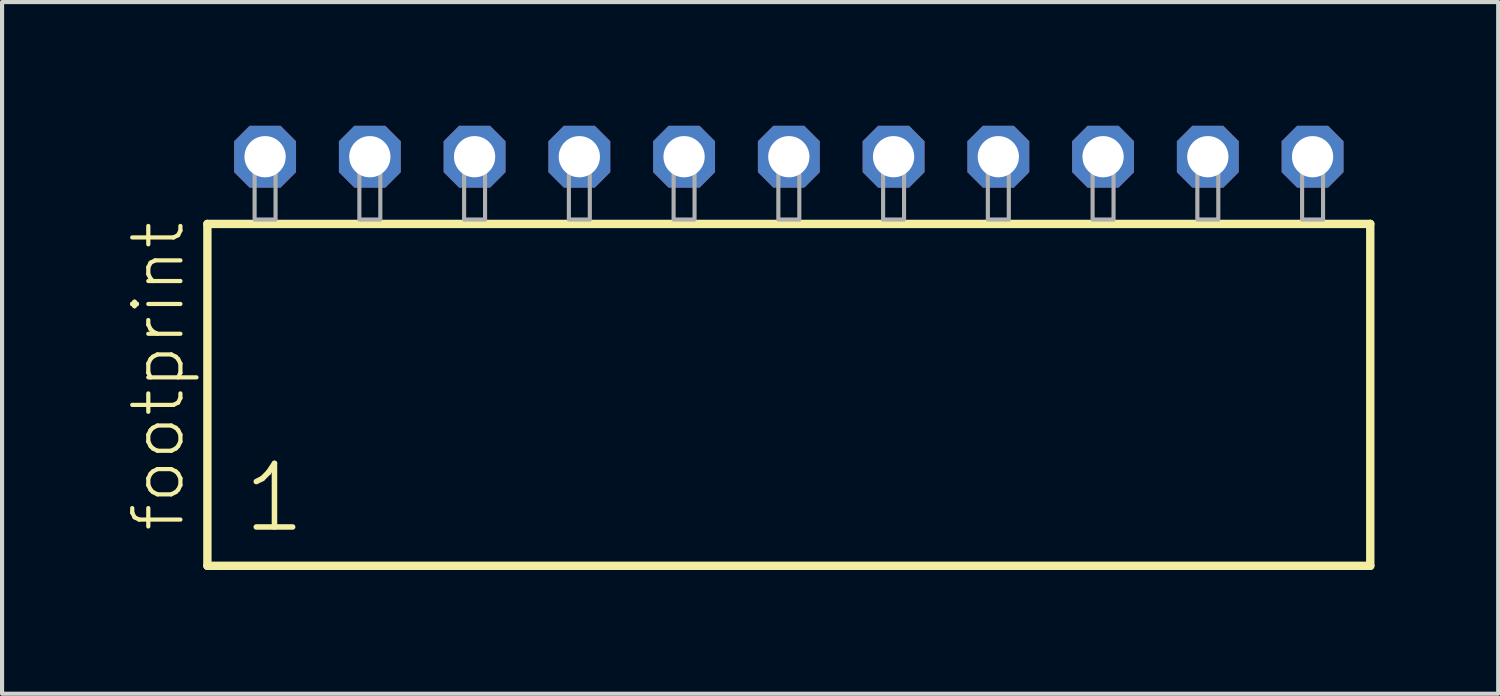
<source format=kicad_pcb>
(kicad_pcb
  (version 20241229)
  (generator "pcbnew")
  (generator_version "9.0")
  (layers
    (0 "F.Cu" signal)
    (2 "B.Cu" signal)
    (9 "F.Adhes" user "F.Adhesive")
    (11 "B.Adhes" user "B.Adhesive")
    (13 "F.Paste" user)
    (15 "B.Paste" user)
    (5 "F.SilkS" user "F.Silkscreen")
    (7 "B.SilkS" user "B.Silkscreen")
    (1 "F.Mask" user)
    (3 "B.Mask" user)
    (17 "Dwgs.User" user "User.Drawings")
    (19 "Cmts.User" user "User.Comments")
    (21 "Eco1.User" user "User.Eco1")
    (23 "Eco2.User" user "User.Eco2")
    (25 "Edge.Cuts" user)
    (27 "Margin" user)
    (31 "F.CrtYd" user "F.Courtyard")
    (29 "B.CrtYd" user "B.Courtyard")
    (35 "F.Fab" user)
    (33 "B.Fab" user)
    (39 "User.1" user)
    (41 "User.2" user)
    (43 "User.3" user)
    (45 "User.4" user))
  (footprint "footprint"
    (layer "F.Cu")
    (at 16.078 2.274)
    (property "Reference" "footprint" (at -14.605 7.62 90) (layer "F.SilkS") (effects (font (size 1.168 1.168) (thickness 0.102)) (justify left bottom)))
    (fp_line (start -14.099 0.106) (end -14.099 8.396) (stroke (width 0.203) (type solid)) (layer "F.SilkS"))
    (fp_line (start -14.099 8.396) (end 14.099 8.396) (stroke (width 0.203) (type solid)) (layer "F.SilkS"))
    (fp_line (start 14.099 0.106) (end -14.099 0.106) (stroke (width 0.203) (type solid)) (layer "F.SilkS"))
    (fp_line (start 14.099 8.396) (end 14.099 0.106) (stroke (width 0.203) (type solid)) (layer "F.SilkS"))
    (fp_poly (pts (xy -12.954 0) (xy -12.446 0) (xy -12.446 -1.778) (xy -12.954 -1.778)) (stroke (width 0.1) (type solid)) (fill no) (layer "F.Fab"))
    (fp_poly (pts (xy -10.414 0) (xy -9.906 0) (xy -9.906 -1.778) (xy -10.414 -1.778)) (stroke (width 0.1) (type solid)) (fill no) (layer "F.Fab"))
    (fp_poly (pts (xy -7.874 0) (xy -7.366 0) (xy -7.366 -1.778) (xy -7.874 -1.778)) (stroke (width 0.1) (type solid)) (fill no) (layer "F.Fab"))
    (fp_poly (pts (xy -5.334 0) (xy -4.826 0) (xy -4.826 -1.778) (xy -5.334 -1.778)) (stroke (width 0.1) (type solid)) (fill no) (layer "F.Fab"))
    (fp_poly (pts (xy -2.794 0) (xy -2.286 0) (xy -2.286 -1.778) (xy -2.794 -1.778)) (stroke (width 0.1) (type solid)) (fill no) (layer "F.Fab"))
    (fp_poly (pts (xy -0.254 0) (xy 0.254 0) (xy 0.254 -1.778) (xy -0.254 -1.778)) (stroke (width 0.1) (type solid)) (fill no) (layer "F.Fab"))
    (fp_poly (pts (xy 2.286 0) (xy 2.794 0) (xy 2.794 -1.778) (xy 2.286 -1.778)) (stroke (width 0.1) (type solid)) (fill no) (layer "F.Fab"))
    (fp_poly (pts (xy 4.826 0) (xy 5.334 0) (xy 5.334 -1.778) (xy 4.826 -1.778)) (stroke (width 0.1) (type solid)) (fill no) (layer "F.Fab"))
    (fp_poly (pts (xy 7.366 0) (xy 7.874 0) (xy 7.874 -1.778) (xy 7.366 -1.778)) (stroke (width 0.1) (type solid)) (fill no) (layer "F.Fab"))
    (fp_poly (pts (xy 9.906 0) (xy 10.414 0) (xy 10.414 -1.778) (xy 9.906 -1.778)) (stroke (width 0.1) (type solid)) (fill no) (layer "F.Fab"))
    (fp_poly (pts (xy 12.446 0) (xy 12.954 0) (xy 12.954 -1.778) (xy 12.446 -1.778)) (stroke (width 0.1) (type solid)) (fill no) (layer "F.Fab"))
    (fp_text user "1" (at -13.295 7.65 0) (layer "F.SilkS") (effects (font (size 1.542 1.542) (thickness 0.134)) (justify left bottom)))
    (pad "1" thru_hole roundrect (at -12.7 -1.524) (size 1.5 1.5) (drill 1) (layers "*.Cu" "*.Mask") (roundrect_rratio 0.25) (chamfer_ratio 0.25) (chamfer top_left top_right bottom_left bottom_right))
    (pad "2" thru_hole roundrect (at -10.16 -1.524) (size 1.5 1.5) (drill 1) (layers "*.Cu" "*.Mask") (roundrect_rratio 0.25) (chamfer_ratio 0.25) (chamfer top_left top_right bottom_left bottom_right))
    (pad "3" thru_hole roundrect (at -7.62 -1.524) (size 1.5 1.5) (drill 1) (layers "*.Cu" "*.Mask") (roundrect_rratio 0.25) (chamfer_ratio 0.25) (chamfer top_left top_right bottom_left bottom_right))
    (pad "4" thru_hole roundrect (at -5.08 -1.524) (size 1.5 1.5) (drill 1) (layers "*.Cu" "*.Mask") (roundrect_rratio 0.25) (chamfer_ratio 0.25) (chamfer top_left top_right bottom_left bottom_right))
    (pad "5" thru_hole roundrect (at -2.54 -1.524) (size 1.5 1.5) (drill 1) (layers "*.Cu" "*.Mask") (roundrect_rratio 0.25) (chamfer_ratio 0.25) (chamfer top_left top_right bottom_left bottom_right))
    (pad "6" thru_hole roundrect (at 0 -1.524) (size 1.5 1.5) (drill 1) (layers "*.Cu" "*.Mask") (roundrect_rratio 0.25) (chamfer_ratio 0.25) (chamfer top_left top_right bottom_left bottom_right))
    (pad "7" thru_hole roundrect (at 2.54 -1.524) (size 1.5 1.5) (drill 1) (layers "*.Cu" "*.Mask") (roundrect_rratio 0.25) (chamfer_ratio 0.25) (chamfer top_left top_right bottom_left bottom_right))
    (pad "8" thru_hole roundrect (at 5.08 -1.524) (size 1.5 1.5) (drill 1) (layers "*.Cu" "*.Mask") (roundrect_rratio 0.25) (chamfer_ratio 0.25) (chamfer top_left top_right bottom_left bottom_right))
    (pad "9" thru_hole roundrect (at 7.62 -1.524) (size 1.5 1.5) (drill 1) (layers "*.Cu" "*.Mask") (roundrect_rratio 0.25) (chamfer_ratio 0.25) (chamfer top_left top_right bottom_left bottom_right))
    (pad "10" thru_hole roundrect (at 10.16 -1.524) (size 1.5 1.5) (drill 1) (layers "*.Cu" "*.Mask") (roundrect_rratio 0.25) (chamfer_ratio 0.25) (chamfer top_left top_right bottom_left bottom_right))
    (pad "11" thru_hole roundrect (at 12.7 -1.524) (size 1.5 1.5) (drill 1) (layers "*.Cu" "*.Mask") (roundrect_rratio 0.25) (chamfer_ratio 0.25) (chamfer top_left top_right bottom_left bottom_right)))
  (gr_rect
    (start -3 -3)
    (end 33.279 13.772)
    (stroke (width 0.1) (type default))
    (fill no)
    (layer "Edge.Cuts")))
</source>
